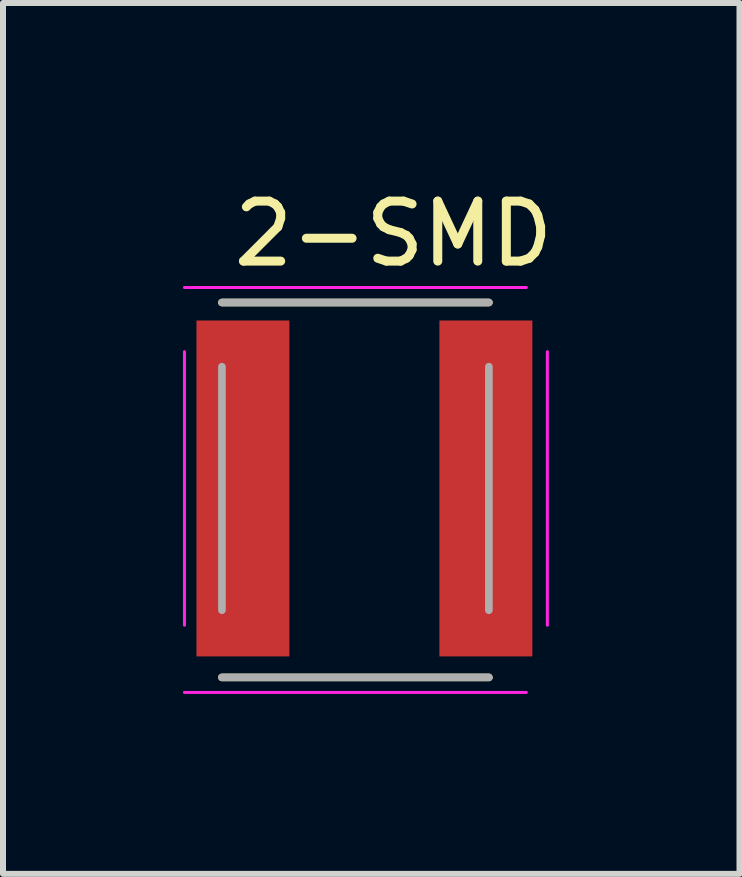
<source format=kicad_pcb>
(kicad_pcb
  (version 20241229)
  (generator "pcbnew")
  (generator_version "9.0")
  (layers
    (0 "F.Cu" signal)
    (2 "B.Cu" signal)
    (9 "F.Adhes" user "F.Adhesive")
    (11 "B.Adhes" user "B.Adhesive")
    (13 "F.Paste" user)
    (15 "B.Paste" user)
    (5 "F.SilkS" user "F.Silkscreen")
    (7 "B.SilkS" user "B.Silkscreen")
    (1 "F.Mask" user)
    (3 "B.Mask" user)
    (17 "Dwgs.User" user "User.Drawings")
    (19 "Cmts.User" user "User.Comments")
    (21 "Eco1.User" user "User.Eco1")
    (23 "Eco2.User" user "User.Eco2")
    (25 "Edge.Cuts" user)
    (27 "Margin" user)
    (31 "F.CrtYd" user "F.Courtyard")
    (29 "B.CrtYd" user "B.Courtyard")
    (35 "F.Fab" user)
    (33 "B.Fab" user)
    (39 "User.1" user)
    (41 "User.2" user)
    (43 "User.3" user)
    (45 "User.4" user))
  (footprint "2-SMD"
    (layer "F.Cu")
    (at 2.875 5.093)
    (property "Reference" "2-SMD" (at 0.635 -4.245 0) (layer "F.SilkS") (effects (font (size 1 1) (thickness 0.15))))
    (attr smd)
    (fp_line (start -2.225 -3.1) (end 2.225 -3.1) (stroke (width 0.127) (type solid)) (layer "F.SilkS"))
    (fp_line (start -2.225 3.15) (end 2.225 3.15) (stroke (width 0.127) (type solid)) (layer "F.SilkS"))
    (fp_line (start -2.85 -3.35) (end 2.85 -3.35) (stroke (width 0.05) (type solid)) (layer "F.CrtYd"))
    (fp_line (start -2.85 2.28) (end -2.85 -2.28) (stroke (width 0.05) (type solid)) (layer "F.CrtYd"))
    (fp_line (start 2.85 3.4) (end -2.85 3.4) (stroke (width 0.05) (type solid)) (layer "F.CrtYd"))
    (fp_line (start 3.2 -2.28) (end 3.2 2.28) (stroke (width 0.05) (type solid)) (layer "F.CrtYd"))
    (fp_line (start -2.225 -3.1) (end 2.225 -3.1) (stroke (width 0.127) (type solid)) (layer "F.Fab"))
    (fp_line (start -2.225 2.03) (end -2.225 -2.03) (stroke (width 0.127) (type solid)) (layer "F.Fab"))
    (fp_line (start 2.225 -2.03) (end 2.225 2.03) (stroke (width 0.127) (type solid)) (layer "F.Fab"))
    (fp_line (start 2.225 3.15) (end -2.225 3.15) (stroke (width 0.127) (type solid)) (layer "F.Fab"))
    (pad "1" smd rect (at -1.875 0) (size 1.55 5.6) (layers "F.Cu" "F.Mask" "F.Paste"))
    (pad "2" smd rect (at 2.175 0) (size 1.55 5.6) (layers "F.Cu" "F.Mask" "F.Paste")))
  (gr_rect
    (start -3 -3)
    (end 9.278 11.518)
    (stroke (width 0.1) (type default))
    (fill no)
    (layer "Edge.Cuts")))
</source>
